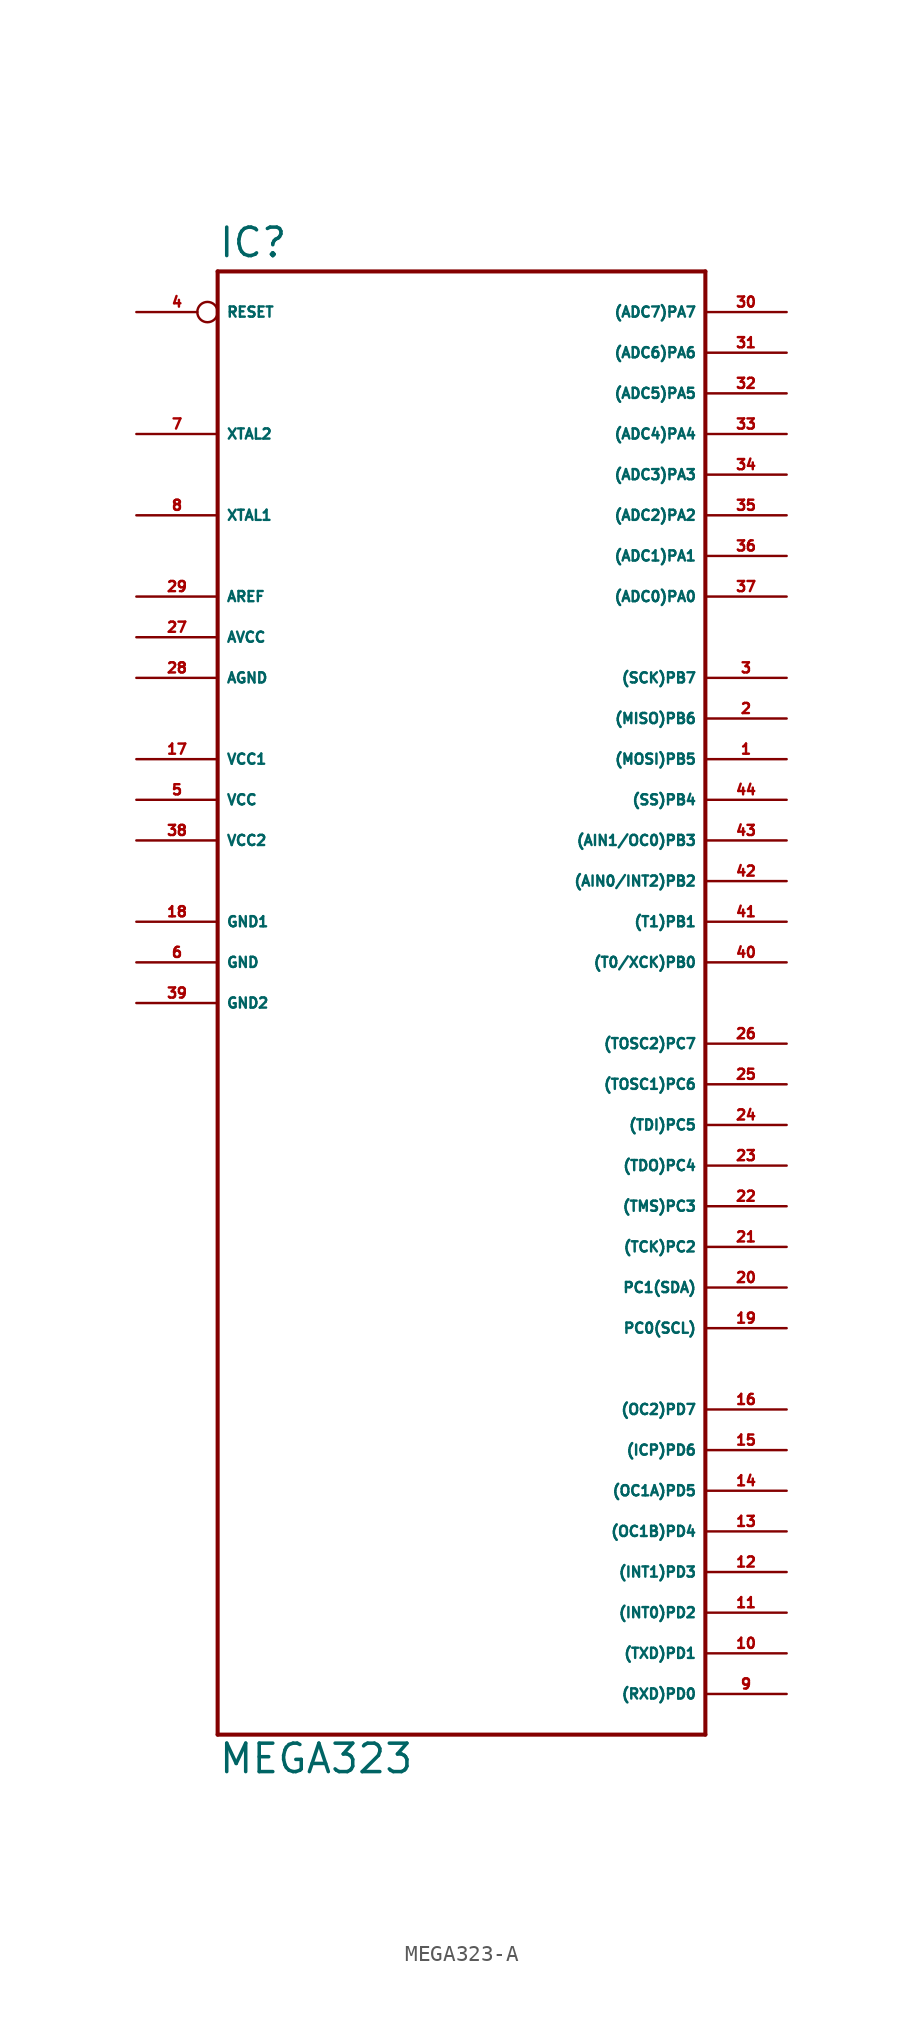
<source format=kicad_sym>
(kicad_symbol_lib
  (version 20220914)
  (generator Eagle2Kicad)
  (symbol "MEGA323-A"
    (property "Reference" "IC"
      (at -15.24 46.482 0)
      (effects (font (size 1.778 1.778) (thickness 0.22)) (justify left bottom)))
    (property "Value" "MEGA323"
      (at -15.24 -48.26 0)
      (effects (font (size 1.778 1.778) (thickness 0.22)) (justify left bottom)))
    (polyline
      (pts (xy -15.24 45.72) (xy 15.24 45.72))
      (stroke (width 0.254) (type default))
      (fill (type none)))
    (polyline
      (pts (xy 15.24 45.72) (xy 15.24 -45.72))
      (stroke (width 0.254) (type default))
      (fill (type none)))
    (polyline
      (pts (xy 15.24 -45.72) (xy -15.24 -45.72))
      (stroke (width 0.254) (type default))
      (fill (type none)))
    (polyline
      (pts (xy -15.24 -45.72) (xy -15.24 45.72))
      (stroke (width 0.254) (type default))
      (fill (type none)))
    (pin bidirectional line
      (at 20.32 43.18 180)
      (length 5.08)
      (name "(ADC7)PA7" (effects (font (size 0.635 0.635) (thickness 0.08)) (justify left bottom)))
      (number "30" (effects (font (size 0.635 0.635) (thickness 0.08)) (justify left bottom))))
    (pin bidirectional line
      (at 20.32 40.64 180)
      (length 5.08)
      (name "(ADC6)PA6" (effects (font (size 0.635 0.635) (thickness 0.08)) (justify left bottom)))
      (number "31" (effects (font (size 0.635 0.635) (thickness 0.08)) (justify left bottom))))
    (pin bidirectional line
      (at 20.32 38.1 180)
      (length 5.08)
      (name "(ADC5)PA5" (effects (font (size 0.635 0.635) (thickness 0.08)) (justify left bottom)))
      (number "32" (effects (font (size 0.635 0.635) (thickness 0.08)) (justify left bottom))))
    (pin bidirectional line
      (at 20.32 35.56 180)
      (length 5.08)
      (name "(ADC4)PA4" (effects (font (size 0.635 0.635) (thickness 0.08)) (justify left bottom)))
      (number "33" (effects (font (size 0.635 0.635) (thickness 0.08)) (justify left bottom))))
    (pin bidirectional line
      (at 20.32 33.02 180)
      (length 5.08)
      (name "(ADC3)PA3" (effects (font (size 0.635 0.635) (thickness 0.08)) (justify left bottom)))
      (number "34" (effects (font (size 0.635 0.635) (thickness 0.08)) (justify left bottom))))
    (pin bidirectional line
      (at 20.32 30.48 180)
      (length 5.08)
      (name "(ADC2)PA2" (effects (font (size 0.635 0.635) (thickness 0.08)) (justify left bottom)))
      (number "35" (effects (font (size 0.635 0.635) (thickness 0.08)) (justify left bottom))))
    (pin bidirectional line
      (at 20.32 27.94 180)
      (length 5.08)
      (name "(ADC1)PA1" (effects (font (size 0.635 0.635) (thickness 0.08)) (justify left bottom)))
      (number "36" (effects (font (size 0.635 0.635) (thickness 0.08)) (justify left bottom))))
    (pin bidirectional line
      (at 20.32 25.4 180)
      (length 5.08)
      (name "(ADC0)PA0" (effects (font (size 0.635 0.635) (thickness 0.08)) (justify left bottom)))
      (number "37" (effects (font (size 0.635 0.635) (thickness 0.08)) (justify left bottom))))
    (pin bidirectional line
      (at 20.32 20.32 180)
      (length 5.08)
      (name "(SCK)PB7" (effects (font (size 0.635 0.635) (thickness 0.08)) (justify left bottom)))
      (number "3" (effects (font (size 0.635 0.635) (thickness 0.08)) (justify left bottom))))
    (pin bidirectional line
      (at 20.32 17.78 180)
      (length 5.08)
      (name "(MISO)PB6" (effects (font (size 0.635 0.635) (thickness 0.08)) (justify left bottom)))
      (number "2" (effects (font (size 0.635 0.635) (thickness 0.08)) (justify left bottom))))
    (pin bidirectional line
      (at 20.32 15.24 180)
      (length 5.08)
      (name "(MOSI)PB5" (effects (font (size 0.635 0.635) (thickness 0.08)) (justify left bottom)))
      (number "1" (effects (font (size 0.635 0.635) (thickness 0.08)) (justify left bottom))))
    (pin bidirectional line
      (at 20.32 12.7 180)
      (length 5.08)
      (name "(SS)PB4" (effects (font (size 0.635 0.635) (thickness 0.08)) (justify left bottom)))
      (number "44" (effects (font (size 0.635 0.635) (thickness 0.08)) (justify left bottom))))
    (pin bidirectional line
      (at 20.32 10.16 180)
      (length 5.08)
      (name "(AIN1/OC0)PB3" (effects (font (size 0.635 0.635) (thickness 0.08)) (justify left bottom)))
      (number "43" (effects (font (size 0.635 0.635) (thickness 0.08)) (justify left bottom))))
    (pin bidirectional line
      (at 20.32 7.62 180)
      (length 5.08)
      (name "(AIN0/INT2)PB2" (effects (font (size 0.635 0.635) (thickness 0.08)) (justify left bottom)))
      (number "42" (effects (font (size 0.635 0.635) (thickness 0.08)) (justify left bottom))))
    (pin bidirectional line
      (at 20.32 5.08 180)
      (length 5.08)
      (name "(T1)PB1" (effects (font (size 0.635 0.635) (thickness 0.08)) (justify left bottom)))
      (number "41" (effects (font (size 0.635 0.635) (thickness 0.08)) (justify left bottom))))
    (pin bidirectional line
      (at 20.32 2.54 180)
      (length 5.08)
      (name "(T0/XCK)PB0" (effects (font (size 0.635 0.635) (thickness 0.08)) (justify left bottom)))
      (number "40" (effects (font (size 0.635 0.635) (thickness 0.08)) (justify left bottom))))
    (pin bidirectional line
      (at 20.32 -2.54 180)
      (length 5.08)
      (name "(TOSC2)PC7" (effects (font (size 0.635 0.635) (thickness 0.08)) (justify left bottom)))
      (number "26" (effects (font (size 0.635 0.635) (thickness 0.08)) (justify left bottom))))
    (pin bidirectional line
      (at 20.32 -5.08 180)
      (length 5.08)
      (name "(TOSC1)PC6" (effects (font (size 0.635 0.635) (thickness 0.08)) (justify left bottom)))
      (number "25" (effects (font (size 0.635 0.635) (thickness 0.08)) (justify left bottom))))
    (pin bidirectional line
      (at 20.32 -7.62 180)
      (length 5.08)
      (name "(TDI)PC5" (effects (font (size 0.635 0.635) (thickness 0.08)) (justify left bottom)))
      (number "24" (effects (font (size 0.635 0.635) (thickness 0.08)) (justify left bottom))))
    (pin bidirectional line
      (at 20.32 -10.16 180)
      (length 5.08)
      (name "(TDO)PC4" (effects (font (size 0.635 0.635) (thickness 0.08)) (justify left bottom)))
      (number "23" (effects (font (size 0.635 0.635) (thickness 0.08)) (justify left bottom))))
    (pin bidirectional line
      (at 20.32 -12.7 180)
      (length 5.08)
      (name "(TMS)PC3" (effects (font (size 0.635 0.635) (thickness 0.08)) (justify left bottom)))
      (number "22" (effects (font (size 0.635 0.635) (thickness 0.08)) (justify left bottom))))
    (pin bidirectional line
      (at 20.32 -15.24 180)
      (length 5.08)
      (name "(TCK)PC2" (effects (font (size 0.635 0.635) (thickness 0.08)) (justify left bottom)))
      (number "21" (effects (font (size 0.635 0.635) (thickness 0.08)) (justify left bottom))))
    (pin bidirectional line
      (at 20.32 -17.78 180)
      (length 5.08)
      (name "PC1(SDA)" (effects (font (size 0.635 0.635) (thickness 0.08)) (justify left bottom)))
      (number "20" (effects (font (size 0.635 0.635) (thickness 0.08)) (justify left bottom))))
    (pin bidirectional line
      (at 20.32 -20.32 180)
      (length 5.08)
      (name "PC0(SCL)" (effects (font (size 0.635 0.635) (thickness 0.08)) (justify left bottom)))
      (number "19" (effects (font (size 0.635 0.635) (thickness 0.08)) (justify left bottom))))
    (pin unspecified line
      (at -20.32 20.32 0)
      (length 5.08)
      (name "AGND" (effects (font (size 0.635 0.635) (thickness 0.08)) (justify left bottom)))
      (number "28" (effects (font (size 0.635 0.635) (thickness 0.08)) (justify left bottom))))
    (pin unspecified line
      (at -20.32 22.86 0)
      (length 5.08)
      (name "AVCC" (effects (font (size 0.635 0.635) (thickness 0.08)) (justify left bottom)))
      (number "27" (effects (font (size 0.635 0.635) (thickness 0.08)) (justify left bottom))))
    (pin passive line
      (at -20.32 25.4 0)
      (length 5.08)
      (name "AREF" (effects (font (size 0.635 0.635) (thickness 0.08)) (justify left bottom)))
      (number "29" (effects (font (size 0.635 0.635) (thickness 0.08)) (justify left bottom))))
    (pin bidirectional line
      (at -20.32 30.48 0)
      (length 5.08)
      (name "XTAL1" (effects (font (size 0.635 0.635) (thickness 0.08)) (justify left bottom)))
      (number "8" (effects (font (size 0.635 0.635) (thickness 0.08)) (justify left bottom))))
    (pin bidirectional line
      (at -20.32 35.56 0)
      (length 5.08)
      (name "XTAL2" (effects (font (size 0.635 0.635) (thickness 0.08)) (justify left bottom)))
      (number "7" (effects (font (size 0.635 0.635) (thickness 0.08)) (justify left bottom))))
    (pin unspecified line
      (at -20.32 5.08 0)
      (length 5.08)
      (name "GND1" (effects (font (size 0.635 0.635) (thickness 0.08)) (justify left bottom)))
      (number "18" (effects (font (size 0.635 0.635) (thickness 0.08)) (justify left bottom))))
    (pin unspecified line
      (at -20.32 0 0)
      (length 5.08)
      (name "GND2" (effects (font (size 0.635 0.635) (thickness 0.08)) (justify left bottom)))
      (number "39" (effects (font (size 0.635 0.635) (thickness 0.08)) (justify left bottom))))
    (pin input inverted
      (at -20.32 43.18 0)
      (length 5.08)
      (name "RESET" (effects (font (size 0.635 0.635) (thickness 0.08)) (justify left bottom)))
      (number "4" (effects (font (size 0.635 0.635) (thickness 0.08)) (justify left bottom))))
    (pin bidirectional line
      (at 20.32 -43.18 180)
      (length 5.08)
      (name "(RXD)PD0" (effects (font (size 0.635 0.635) (thickness 0.08)) (justify left bottom)))
      (number "9" (effects (font (size 0.635 0.635) (thickness 0.08)) (justify left bottom))))
    (pin bidirectional line
      (at 20.32 -40.64 180)
      (length 5.08)
      (name "(TXD)PD1" (effects (font (size 0.635 0.635) (thickness 0.08)) (justify left bottom)))
      (number "10" (effects (font (size 0.635 0.635) (thickness 0.08)) (justify left bottom))))
    (pin bidirectional line
      (at 20.32 -38.1 180)
      (length 5.08)
      (name "(INT0)PD2" (effects (font (size 0.635 0.635) (thickness 0.08)) (justify left bottom)))
      (number "11" (effects (font (size 0.635 0.635) (thickness 0.08)) (justify left bottom))))
    (pin bidirectional line
      (at 20.32 -35.56 180)
      (length 5.08)
      (name "(INT1)PD3" (effects (font (size 0.635 0.635) (thickness 0.08)) (justify left bottom)))
      (number "12" (effects (font (size 0.635 0.635) (thickness 0.08)) (justify left bottom))))
    (pin bidirectional line
      (at 20.32 -33.02 180)
      (length 5.08)
      (name "(OC1B)PD4" (effects (font (size 0.635 0.635) (thickness 0.08)) (justify left bottom)))
      (number "13" (effects (font (size 0.635 0.635) (thickness 0.08)) (justify left bottom))))
    (pin bidirectional line
      (at 20.32 -30.48 180)
      (length 5.08)
      (name "(OC1A)PD5" (effects (font (size 0.635 0.635) (thickness 0.08)) (justify left bottom)))
      (number "14" (effects (font (size 0.635 0.635) (thickness 0.08)) (justify left bottom))))
    (pin bidirectional line
      (at 20.32 -27.94 180)
      (length 5.08)
      (name "(ICP)PD6" (effects (font (size 0.635 0.635) (thickness 0.08)) (justify left bottom)))
      (number "15" (effects (font (size 0.635 0.635) (thickness 0.08)) (justify left bottom))))
    (pin bidirectional line
      (at 20.32 -25.4 180)
      (length 5.08)
      (name "(OC2)PD7" (effects (font (size 0.635 0.635) (thickness 0.08)) (justify left bottom)))
      (number "16" (effects (font (size 0.635 0.635) (thickness 0.08)) (justify left bottom))))
    (pin unspecified line
      (at -20.32 15.24 0)
      (length 5.08)
      (name "VCC1" (effects (font (size 0.635 0.635) (thickness 0.08)) (justify left bottom)))
      (number "17" (effects (font (size 0.635 0.635) (thickness 0.08)) (justify left bottom))))
    (pin unspecified line
      (at -20.32 12.7 0)
      (length 5.08)
      (name "VCC" (effects (font (size 0.635 0.635) (thickness 0.08)) (justify left bottom)))
      (number "5" (effects (font (size 0.635 0.635) (thickness 0.08)) (justify left bottom))))
    (pin unspecified line
      (at -20.32 10.16 0)
      (length 5.08)
      (name "VCC2" (effects (font (size 0.635 0.635) (thickness 0.08)) (justify left bottom)))
      (number "38" (effects (font (size 0.635 0.635) (thickness 0.08)) (justify left bottom))))
    (pin unspecified line
      (at -20.32 2.54 0)
      (length 5.08)
      (name "GND" (effects (font (size 0.635 0.635) (thickness 0.08)) (justify left bottom)))
      (number "6" (effects (font (size 0.635 0.635) (thickness 0.08)) (justify left bottom))))))
</source>
